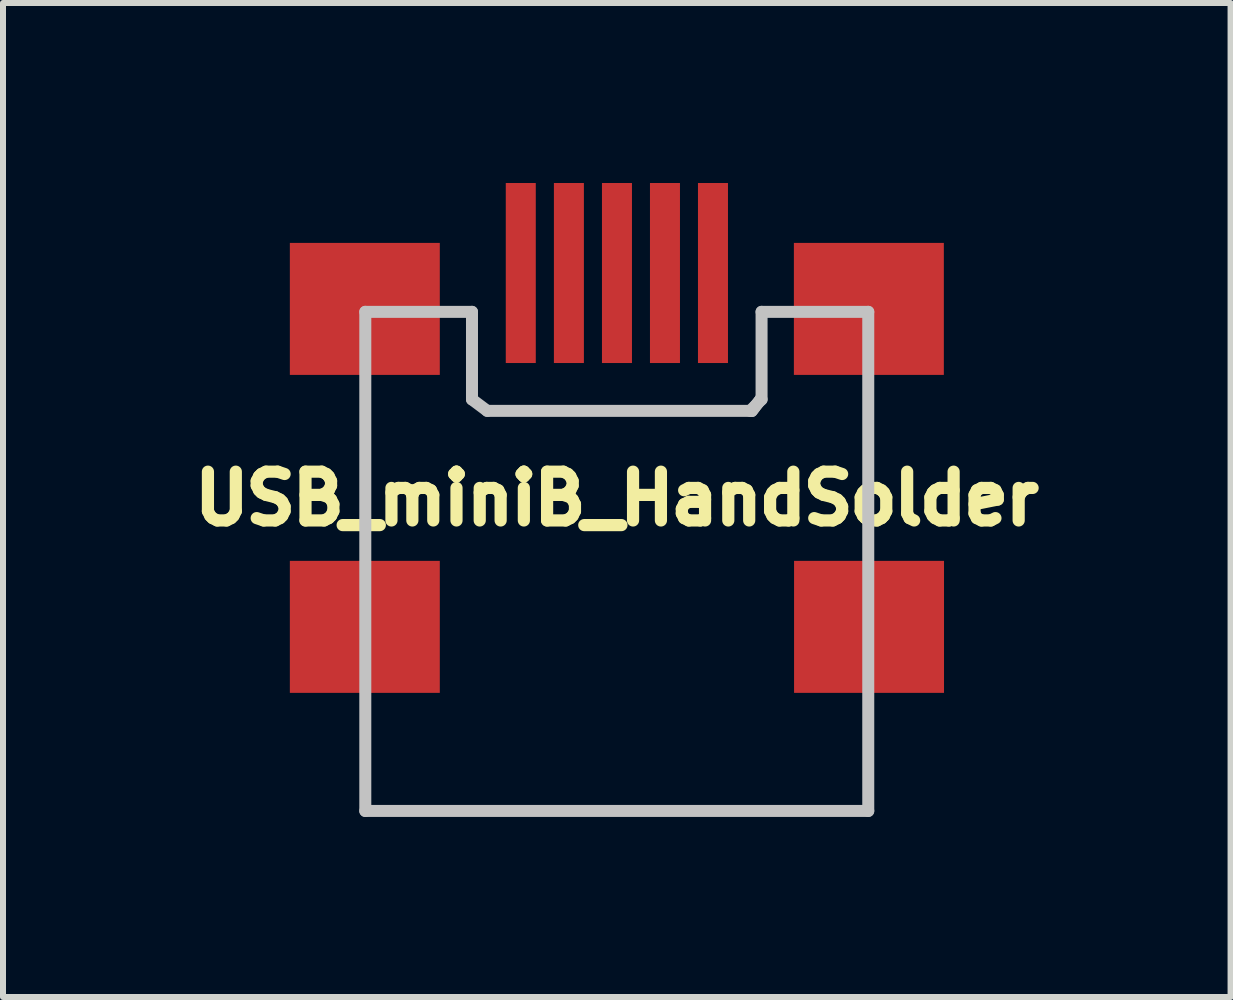
<source format=kicad_pcb>
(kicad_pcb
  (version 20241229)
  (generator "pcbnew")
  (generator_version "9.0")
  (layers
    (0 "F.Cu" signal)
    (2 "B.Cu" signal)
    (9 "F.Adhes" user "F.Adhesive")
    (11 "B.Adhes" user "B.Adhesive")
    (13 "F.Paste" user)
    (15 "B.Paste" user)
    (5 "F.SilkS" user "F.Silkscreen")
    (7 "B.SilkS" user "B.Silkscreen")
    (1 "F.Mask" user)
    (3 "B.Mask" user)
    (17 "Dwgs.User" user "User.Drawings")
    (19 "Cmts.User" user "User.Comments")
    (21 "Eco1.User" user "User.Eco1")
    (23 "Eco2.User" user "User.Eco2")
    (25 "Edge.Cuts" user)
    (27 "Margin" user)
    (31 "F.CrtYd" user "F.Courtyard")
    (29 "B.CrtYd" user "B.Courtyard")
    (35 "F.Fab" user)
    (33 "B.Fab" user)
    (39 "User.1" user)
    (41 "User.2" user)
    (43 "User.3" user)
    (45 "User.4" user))
  (footprint "USB_miniB_HandSolder"
    (layer "F.Cu")
    (at 7.229 4.75)
    (property "Reference" "USB_miniB_HandSolder" (at 0 0.508 0) (layer "F.SilkS") (effects (font (size 0.813 0.813) (thickness 0.203))))
    (attr through_hole)
    (fp_line (start -4.191 -2.603) (end -4.191 5.715) (stroke (width 0.2) (type solid)) (layer "Dwgs.User"))
    (fp_line (start -4.191 5.715) (end 4.191 5.715) (stroke (width 0.2) (type solid)) (layer "Dwgs.User"))
    (fp_line (start -2.413 -2.603) (end -4.191 -2.603) (stroke (width 0.2) (type solid)) (layer "Dwgs.User"))
    (fp_line (start -2.413 -1.143) (end -2.413 -2.603) (stroke (width 0.2) (type solid)) (layer "Dwgs.User"))
    (fp_line (start -2.159 -0.953) (end -2.413 -1.143) (stroke (width 0.2) (type solid)) (layer "Dwgs.User"))
    (fp_line (start 2.223 -0.953) (end -2.159 -0.953) (stroke (width 0.2) (type solid)) (layer "Dwgs.User"))
    (fp_line (start 2.25 -0.95) (end 2.4 -1.15) (stroke (width 0.2) (type solid)) (layer "Dwgs.User"))
    (fp_line (start 2.25 -0.95) (end 2.4 -1.15) (stroke (width 0.2) (type solid)) (layer "Dwgs.User"))
    (fp_line (start 2.413 -2.603) (end 2.413 -1.143) (stroke (width 0.2) (type solid)) (layer "Dwgs.User"))
    (fp_line (start 2.413 -1.143) (end 2.223 -0.953) (stroke (width 0.2) (type solid)) (layer "Dwgs.User"))
    (fp_line (start 4.191 -2.603) (end 2.413 -2.603) (stroke (width 0.2) (type solid)) (layer "Dwgs.User"))
    (fp_line (start 4.191 5.715) (end 4.191 -2.603) (stroke (width 0.2) (type solid)) (layer "Dwgs.User"))
    (pad "1" smd rect (at -1.6 -3.25) (size 0.5 3) (layers "F.Cu" "F.Mask" "F.Paste"))
    (pad "2" smd rect (at -0.798 -3.25) (size 0.5 3) (layers "F.Cu" "F.Mask" "F.Paste"))
    (pad "3" smd rect (at 0.003 -3.25) (size 0.5 3) (layers "F.Cu" "F.Mask" "F.Paste"))
    (pad "4" smd rect (at 0.803 -3.25) (size 0.5 3) (layers "F.Cu" "F.Mask" "F.Paste"))
    (pad "5" smd rect (at 1.603 -3.25) (size 0.5 3) (layers "F.Cu" "F.Mask" "F.Paste"))
    (pad "6" smd rect (at -4.199 -2.652) (size 2.499 2.2) (layers "F.Cu" "F.Mask" "F.Paste"))
    (pad "7" smd rect (at 4.201 -2.652) (size 2.499 2.2) (layers "F.Cu" "F.Mask" "F.Paste"))
    (pad "8" smd rect (at -4.199 2.647) (size 2.499 2.2) (layers "F.Cu" "F.Mask" "F.Paste"))
    (pad "9" smd rect (at 4.204 2.647) (size 2.499 2.2) (layers "F.Cu" "F.Mask" "F.Paste")))
  (gr_rect
    (start -3 -3)
    (end 17.458 13.565)
    (stroke (width 0.1) (type default))
    (fill no)
    (layer "Edge.Cuts")))
</source>
